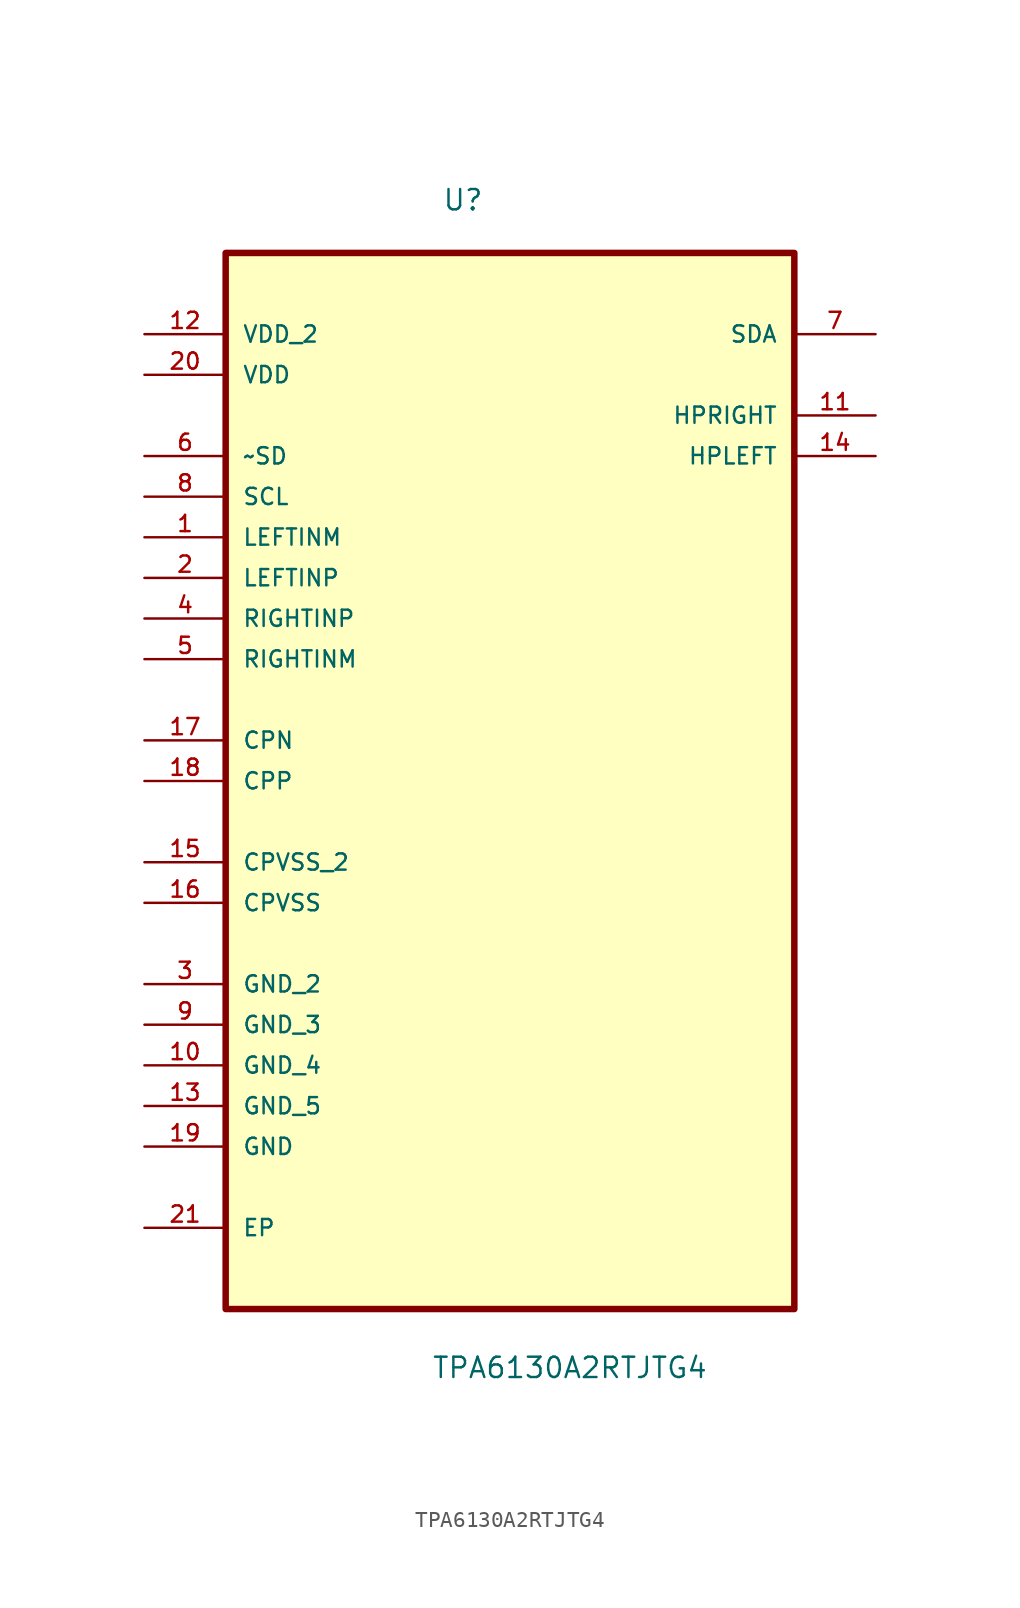
<source format=kicad_sym>
(kicad_symbol_lib
  (version 20211014)
  (generator kicad_symbol_editor)
  (symbol "TPA6130A2RTJTG4"
    (pin_names
      (offset 1.016))
    (property "Reference" "U"
      (at -4.248 33.045 0.0)
      (effects (font (size 1.27 1.27)) (justify bottom left)))
    (property "Value" "TPA6130A2RTJTG4"
      (at -4.911 -39.973 0.0)
      (effects (font (size 1.27 1.27)) (justify bottom left)))
    (symbol "TPA6130A2RTJTG4_0_0"
      (rectangle (start -17.78 -35.56) (end 17.78 30.48) (stroke (width 0.406)) (fill (type background)))
      (pin power_in line (at -22.86 25.4 0) (length 5.08) (name "VDD_2" (effects (font (size 1.016 1.016)))) (number "12" (effects (font (size 1.016 1.016)))))
      (pin power_in line (at -22.86 22.86 0) (length 5.08) (name "VDD" (effects (font (size 1.016 1.016)))) (number "20" (effects (font (size 1.016 1.016)))))
      (pin input line (at -22.86 17.78 0) (length 5.08) (name "~SD" (effects (font (size 1.016 1.016)))) (number "6" (effects (font (size 1.016 1.016)))))
      (pin input line (at -22.86 15.24 0) (length 5.08) (name "SCL" (effects (font (size 1.016 1.016)))) (number "8" (effects (font (size 1.016 1.016)))))
      (pin input line (at -22.86 12.7 0) (length 5.08) (name "LEFTINM" (effects (font (size 1.016 1.016)))) (number "1" (effects (font (size 1.016 1.016)))))
      (pin input line (at -22.86 10.16 0) (length 5.08) (name "LEFTINP" (effects (font (size 1.016 1.016)))) (number "2" (effects (font (size 1.016 1.016)))))
      (pin input line (at -22.86 7.62 0) (length 5.08) (name "RIGHTINP" (effects (font (size 1.016 1.016)))) (number "4" (effects (font (size 1.016 1.016)))))
      (pin input line (at -22.86 5.08 0) (length 5.08) (name "RIGHTINM" (effects (font (size 1.016 1.016)))) (number "5" (effects (font (size 1.016 1.016)))))
      (pin power_in line (at -22.86 0.0 0) (length 5.08) (name "CPN" (effects (font (size 1.016 1.016)))) (number "17" (effects (font (size 1.016 1.016)))))
      (pin power_in line (at -22.86 -2.54 0) (length 5.08) (name "CPP" (effects (font (size 1.016 1.016)))) (number "18" (effects (font (size 1.016 1.016)))))
      (pin power_in line (at -22.86 -7.62 0) (length 5.08) (name "CPVSS_2" (effects (font (size 1.016 1.016)))) (number "15" (effects (font (size 1.016 1.016)))))
      (pin power_in line (at -22.86 -10.16 0) (length 5.08) (name "CPVSS" (effects (font (size 1.016 1.016)))) (number "16" (effects (font (size 1.016 1.016)))))
      (pin passive line (at -22.86 -15.24 0) (length 5.08) (name "GND_2" (effects (font (size 1.016 1.016)))) (number "3" (effects (font (size 1.016 1.016)))))
      (pin passive line (at -22.86 -17.78 0) (length 5.08) (name "GND_3" (effects (font (size 1.016 1.016)))) (number "9" (effects (font (size 1.016 1.016)))))
      (pin passive line (at -22.86 -20.32 0) (length 5.08) (name "GND_4" (effects (font (size 1.016 1.016)))) (number "10" (effects (font (size 1.016 1.016)))))
      (pin passive line (at -22.86 -22.86 0) (length 5.08) (name "GND_5" (effects (font (size 1.016 1.016)))) (number "13" (effects (font (size 1.016 1.016)))))
      (pin passive line (at -22.86 -25.4 0) (length 5.08) (name "GND" (effects (font (size 1.016 1.016)))) (number "19" (effects (font (size 1.016 1.016)))))
      (pin passive line (at -22.86 -30.48 0) (length 5.08) (name "EP" (effects (font (size 1.016 1.016)))) (number "21" (effects (font (size 1.016 1.016)))))
      (pin bidirectional line (at 22.86 25.4 180.0) (length 5.08) (name "SDA" (effects (font (size 1.016 1.016)))) (number "7" (effects (font (size 1.016 1.016)))))
      (pin output line (at 22.86 20.32 180.0) (length 5.08) (name "HPRIGHT" (effects (font (size 1.016 1.016)))) (number "11" (effects (font (size 1.016 1.016)))))
      (pin output line (at 22.86 17.78 180.0) (length 5.08) (name "HPLEFT" (effects (font (size 1.016 1.016)))) (number "14" (effects (font (size 1.016 1.016))))))))
</source>
